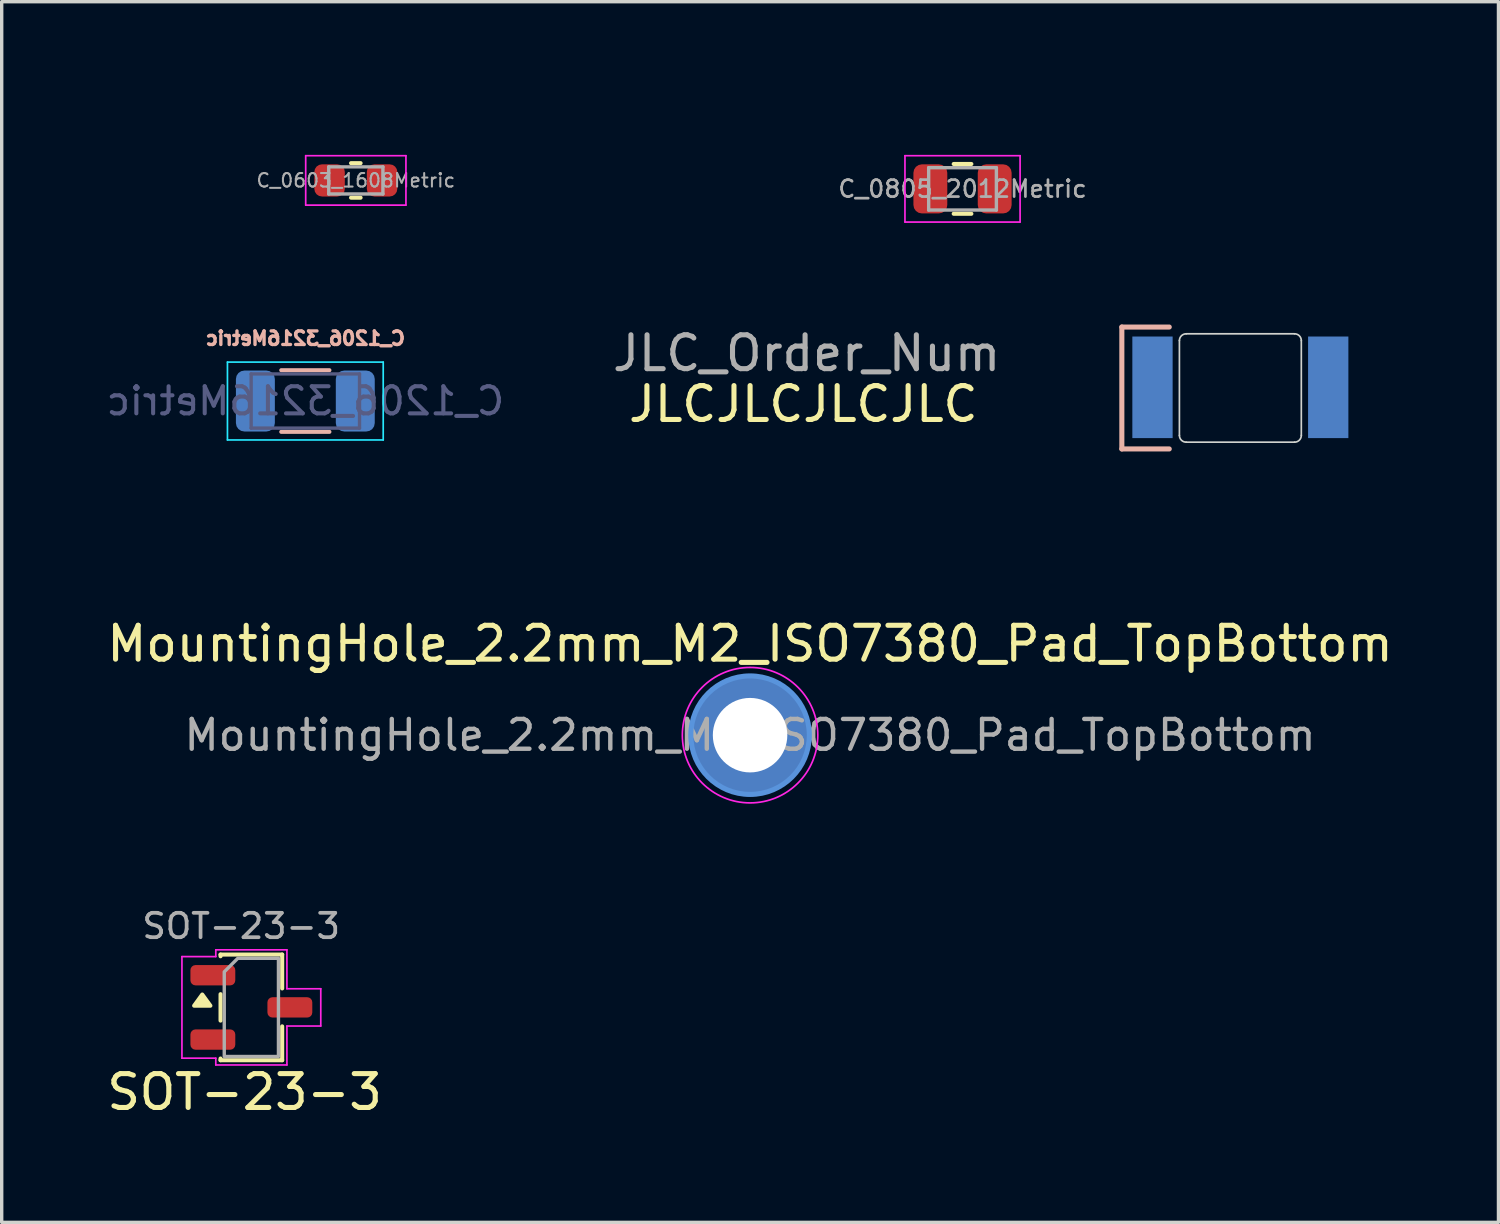
<source format=kicad_pcb>
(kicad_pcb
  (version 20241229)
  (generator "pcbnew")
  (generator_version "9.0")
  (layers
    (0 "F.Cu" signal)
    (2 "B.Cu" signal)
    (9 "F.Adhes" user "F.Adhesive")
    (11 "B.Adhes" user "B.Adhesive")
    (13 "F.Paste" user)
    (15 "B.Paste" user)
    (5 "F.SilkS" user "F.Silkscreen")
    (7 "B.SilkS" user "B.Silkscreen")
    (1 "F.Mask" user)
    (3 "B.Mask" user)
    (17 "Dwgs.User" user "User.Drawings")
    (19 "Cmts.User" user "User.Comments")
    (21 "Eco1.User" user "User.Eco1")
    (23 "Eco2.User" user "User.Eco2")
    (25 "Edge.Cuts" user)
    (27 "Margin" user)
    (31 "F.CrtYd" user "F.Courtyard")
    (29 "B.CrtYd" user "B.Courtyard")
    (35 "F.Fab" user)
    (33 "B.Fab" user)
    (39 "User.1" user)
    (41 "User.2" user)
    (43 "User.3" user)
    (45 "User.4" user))
  (footprint "C_0805_2012Metric"
    (layer "F.Cu")
    (at 25.375 2.528)
    (property "Reference" "C_0805_2012Metric" (at 0 -1.68 0) (layer "User.1") (effects (font (size 1 1) (thickness 0.15))))
    (attr smd)
    (fp_line (start -0.261 -0.735) (end 0.261 -0.735) (stroke (width 0.12) (type solid)) (layer "F.SilkS"))
    (fp_line (start -0.261 0.735) (end 0.261 0.735) (stroke (width 0.12) (type solid)) (layer "F.SilkS"))
    (fp_line (start -1.7 -0.98) (end 1.7 -0.98) (stroke (width 0.05) (type solid)) (layer "F.CrtYd"))
    (fp_line (start -1.7 0.98) (end -1.7 -0.98) (stroke (width 0.05) (type solid)) (layer "F.CrtYd"))
    (fp_line (start 1.7 -0.98) (end 1.7 0.98) (stroke (width 0.05) (type solid)) (layer "F.CrtYd"))
    (fp_line (start 1.7 0.98) (end -1.7 0.98) (stroke (width 0.05) (type solid)) (layer "F.CrtYd"))
    (fp_line (start -1 -0.625) (end 1 -0.625) (stroke (width 0.1) (type solid)) (layer "F.Fab"))
    (fp_line (start -1 0.625) (end -1 -0.625) (stroke (width 0.1) (type solid)) (layer "F.Fab"))
    (fp_line (start 1 -0.625) (end 1 0.625) (stroke (width 0.1) (type solid)) (layer "F.Fab"))
    (fp_line (start 1 0.625) (end -1 0.625) (stroke (width 0.1) (type solid)) (layer "F.Fab"))
    (fp_text user "${REFERENCE}" (at 0 0 0) (layer "F.Fab") (effects (font (size 0.5 0.5) (thickness 0.08))))
    (pad "1" smd roundrect (at -0.95 0) (size 1 1.45) (layers "F.Cu" "F.Mask" "F.Paste") (roundrect_rratio 0.25))
    (pad "2" smd roundrect (at 0.95 0) (size 1 1.45) (layers "F.Cu" "F.Mask" "F.Paste") (roundrect_rratio 0.25)))
  (footprint "JLC_Order_Num"
    (layer "F.Cu")
    (at 20.773 8.982)
    (property "Reference" "JLC_Order_Num" (at 0 -1.6 0) (unlocked yes) (layer "F.Fab") (effects (font (size 1 1) (thickness 0.15))))
    (attr smd)
    (fp_text user "JLCJLCJLCJLC" (at -0.1 -0.1 0) (unlocked yes) (layer "F.SilkS") (effects (font (size 1 1) (thickness 0.15)))))
  (footprint "SOT-23-3"
    (layer "F.Cu")
    (at 4.373 26.7)
    (property "Reference" "SOT-23-3" (at -0.2 2.5 0) (layer "F.SilkS") (effects (font (size 1 1) (thickness 0.15))))
    (attr smd)
    (fp_line (start -0.91 -1.56) (end 0.91 -1.56) (stroke (width 0.12) (type solid)) (layer "F.SilkS"))
    (fp_line (start -0.91 -1.51) (end -0.91 -1.56) (stroke (width 0.12) (type solid)) (layer "F.SilkS"))
    (fp_line (start -0.91 0.39) (end -0.91 -0.39) (stroke (width 0.12) (type solid)) (layer "F.SilkS"))
    (fp_line (start -0.91 1.56) (end -0.91 1.51) (stroke (width 0.12) (type solid)) (layer "F.SilkS"))
    (fp_line (start 0.91 -1.56) (end 0.91 -0.56) (stroke (width 0.12) (type solid)) (layer "F.SilkS"))
    (fp_line (start 0.91 0.56) (end 0.91 1.56) (stroke (width 0.12) (type solid)) (layer "F.SilkS"))
    (fp_line (start 0.91 1.56) (end -0.91 1.56) (stroke (width 0.12) (type solid)) (layer "F.SilkS"))
    (fp_poly (pts (xy -1.45 -0.38) (xy -1.21 -0.05) (xy -1.69 -0.05)) (stroke (width 0.12) (type solid)) (fill yes) (layer "F.SilkS"))
    (fp_line (start -2.05 -1.5) (end -1.05 -1.5) (stroke (width 0.05) (type solid)) (layer "F.CrtYd"))
    (fp_line (start -2.05 1.5) (end -2.05 -1.5) (stroke (width 0.05) (type solid)) (layer "F.CrtYd"))
    (fp_line (start -1.05 -1.7) (end 1.05 -1.7) (stroke (width 0.05) (type solid)) (layer "F.CrtYd"))
    (fp_line (start -1.05 -1.5) (end -1.05 -1.7) (stroke (width 0.05) (type solid)) (layer "F.CrtYd"))
    (fp_line (start -1.05 1.5) (end -2.05 1.5) (stroke (width 0.05) (type solid)) (layer "F.CrtYd"))
    (fp_line (start -1.05 1.7) (end -1.05 1.5) (stroke (width 0.05) (type solid)) (layer "F.CrtYd"))
    (fp_line (start 1.05 -1.7) (end 1.05 -0.55) (stroke (width 0.05) (type solid)) (layer "F.CrtYd"))
    (fp_line (start 1.05 -0.55) (end 2.05 -0.55) (stroke (width 0.05) (type solid)) (layer "F.CrtYd"))
    (fp_line (start 1.05 0.55) (end 1.05 1.7) (stroke (width 0.05) (type solid)) (layer "F.CrtYd"))
    (fp_line (start 1.05 1.7) (end -1.05 1.7) (stroke (width 0.05) (type solid)) (layer "F.CrtYd"))
    (fp_line (start 2.05 -0.55) (end 2.05 0.55) (stroke (width 0.05) (type solid)) (layer "F.CrtYd"))
    (fp_line (start 2.05 0.55) (end 1.05 0.55) (stroke (width 0.05) (type solid)) (layer "F.CrtYd"))
    (fp_poly (pts (xy -0.8 -1.05) (xy -0.8 1.45) (xy 0.8 1.45) (xy 0.8 -1.45) (xy -0.4 -1.45)) (stroke (width 0.1) (type solid)) (fill no) (layer "F.Fab"))
    (fp_text user "${REFERENCE}" (at -0.3 -2.4 180) (layer "F.Fab") (effects (font (size 0.72 0.72) (thickness 0.11))))
    (pad "1" smd roundrect (at -1.137 -0.95) (size 1.325 0.6) (layers "F.Cu" "F.Mask" "F.Paste") (roundrect_rratio 0.25))
    (pad "2" smd roundrect (at -1.137 0.95) (size 1.325 0.6) (layers "F.Cu" "F.Mask" "F.Paste") (roundrect_rratio 0.25))
    (pad "3" smd roundrect (at 1.137 0) (size 1.325 0.6) (layers "F.Cu" "F.Mask" "F.Paste") (roundrect_rratio 0.25)))
  (footprint "LED-6028"
    (layer "F.Cu")
    (at 33.58 8.408)
    (property "Reference" "LED-6028" (at 0 2.9 0) (layer "User.1") (effects (font (size 1 1) (thickness 0.125))))
    (attr smd)
    (fp_line (start -3.5 -1.8) (end -2.1 -1.8) (stroke (width 0.15) (type solid)) (layer "B.SilkS"))
    (fp_line (start -3.5 1.8) (end -3.5 -1.8) (stroke (width 0.15) (type solid)) (layer "B.SilkS"))
    (fp_line (start -3.5 1.8) (end -2.1 1.8) (stroke (width 0.15) (type solid)) (layer "B.SilkS"))
    (fp_line (start -1.8 -1.4) (end -1.8 1.4) (stroke (width 0.05) (type solid)) (layer "Edge.Cuts"))
    (fp_line (start 1.6 -1.6) (end -1.6 -1.6) (stroke (width 0.05) (type solid)) (layer "Edge.Cuts"))
    (fp_line (start 1.6 1.6) (end -1.6 1.6) (stroke (width 0.05) (type solid)) (layer "Edge.Cuts"))
    (fp_line (start 1.8 -1.4) (end 1.8 1.4) (stroke (width 0.05) (type solid)) (layer "Edge.Cuts"))
    (fp_arc (start -1.8 -1.4) (mid -1.741421 -1.541421) (end -1.6 -1.6) (stroke (width 0.05) (type default)) (layer "Edge.Cuts"))
    (fp_arc (start -1.6 1.6) (mid -1.741421 1.541421) (end -1.8 1.4) (stroke (width 0.05) (type default)) (layer "Edge.Cuts"))
    (fp_arc (start 1.6 -1.6) (mid 1.741421 -1.541421) (end 1.8 -1.4) (stroke (width 0.05) (type default)) (layer "Edge.Cuts"))
    (fp_arc (start 1.8 1.4) (mid 1.741421 1.541421) (end 1.6 1.6) (stroke (width 0.05) (type default)) (layer "Edge.Cuts"))
    (pad "1" smd rect (at -2.595 -0.02) (size 1.19 3) (layers "B.Cu" "B.Mask" "B.Paste"))
    (pad "2" smd rect (at 2.595 -0.02) (size 1.19 3) (layers "B.Cu" "B.Mask" "B.Paste")))
  (footprint "MountingHole_2.2mm_M2_ISO7380_Pad_TopBottom"
    (layer "F.Cu")
    (at 19.101 18.661)
    (property "Reference" "MountingHole_2.2mm_M2_ISO7380_Pad_TopBottom" (at 0 -2.7 0) (layer "F.SilkS") (effects (font (size 1 1) (thickness 0.15))))
    (attr exclude_from_pos_files exclude_from_bom)
    (fp_circle (center 0 0) (end 1.75 0) (stroke (width 0.15) (type solid)) (fill no) (layer "Cmts.User"))
    (fp_circle (center 0 0) (end 2 0) (stroke (width 0.05) (type solid)) (fill no) (layer "F.CrtYd"))
    (fp_text user "${REFERENCE}" (at 0 0 0) (layer "F.Fab") (effects (font (size 0.88 0.88) (thickness 0.13))))
    (pad "" thru_hole circle (at 0 0) (size 2.6 2.6) (drill 2.2) (layers "*.Cu" "*.Mask"))
    (pad "1" connect circle (at 0 0) (size 3.5 3.5) (layers "F.Cu" "F.Mask"))
    (pad "1" connect circle (at 0 0) (size 3.5 3.5) (layers "B.Cu" "B.Mask")))
  (footprint "C_1206_3216Metric"
    (layer "F.Cu")
    (at 5.967 8.793)
    (property "Reference" "C_1206_3216Metric" (at 0 -1.85 0) (layer "B.SilkS") (effects (font (size 0.4 0.4) (thickness 0.1)) (justify mirror)))
    (attr smd)
    (fp_line (start 0.711 -0.91) (end -0.711 -0.91) (stroke (width 0.12) (type solid)) (layer "B.SilkS"))
    (fp_line (start 0.711 0.91) (end -0.711 0.91) (stroke (width 0.12) (type solid)) (layer "B.SilkS"))
    (fp_line (start -2.3 -1.15) (end -2.3 1.15) (stroke (width 0.05) (type solid)) (layer "B.CrtYd"))
    (fp_line (start -2.3 1.15) (end 2.3 1.15) (stroke (width 0.05) (type solid)) (layer "B.CrtYd"))
    (fp_line (start 2.3 -1.15) (end -2.3 -1.15) (stroke (width 0.05) (type solid)) (layer "B.CrtYd"))
    (fp_line (start 2.3 1.15) (end 2.3 -1.15) (stroke (width 0.05) (type solid)) (layer "B.CrtYd"))
    (fp_line (start -1.6 -0.8) (end -1.6 0.8) (stroke (width 0.1) (type solid)) (layer "B.Fab"))
    (fp_line (start -1.6 0.8) (end 1.6 0.8) (stroke (width 0.1) (type solid)) (layer "B.Fab"))
    (fp_line (start 1.6 -0.8) (end -1.6 -0.8) (stroke (width 0.1) (type solid)) (layer "B.Fab"))
    (fp_line (start 1.6 0.8) (end 1.6 -0.8) (stroke (width 0.1) (type solid)) (layer "B.Fab"))
    (fp_text user "${REFERENCE}" (at 0 0 0) (layer "B.Fab") (effects (font (size 0.8 0.8) (thickness 0.12)) (justify mirror)))
    (pad "1" smd roundrect (at 1.475 0) (size 1.15 1.8) (layers "B.Cu" "B.Mask" "B.Paste") (roundrect_rratio 0.217))
    (pad "2" smd roundrect (at -1.475 0) (size 1.15 1.8) (layers "B.Cu" "B.Mask" "B.Paste") (roundrect_rratio 0.217)))
  (footprint "C_0603_1608Metric"
    (layer "F.Cu")
    (at 7.458 2.278)
    (property "Reference" "C_0603_1608Metric" (at 0 -1.43 0) (layer "User.1") (effects (font (size 1 1) (thickness 0.15))))
    (attr smd)
    (fp_line (start -0.141 -0.51) (end 0.141 -0.51) (stroke (width 0.12) (type solid)) (layer "F.SilkS"))
    (fp_line (start -0.141 0.51) (end 0.141 0.51) (stroke (width 0.12) (type solid)) (layer "F.SilkS"))
    (fp_line (start -1.48 -0.73) (end 1.48 -0.73) (stroke (width 0.05) (type solid)) (layer "F.CrtYd"))
    (fp_line (start -1.48 0.73) (end -1.48 -0.73) (stroke (width 0.05) (type solid)) (layer "F.CrtYd"))
    (fp_line (start 1.48 -0.73) (end 1.48 0.73) (stroke (width 0.05) (type solid)) (layer "F.CrtYd"))
    (fp_line (start 1.48 0.73) (end -1.48 0.73) (stroke (width 0.05) (type solid)) (layer "F.CrtYd"))
    (fp_line (start -0.8 -0.4) (end 0.8 -0.4) (stroke (width 0.1) (type solid)) (layer "F.Fab"))
    (fp_line (start -0.8 0.4) (end -0.8 -0.4) (stroke (width 0.1) (type solid)) (layer "F.Fab"))
    (fp_line (start 0.8 -0.4) (end 0.8 0.4) (stroke (width 0.1) (type solid)) (layer "F.Fab"))
    (fp_line (start 0.8 0.4) (end -0.8 0.4) (stroke (width 0.1) (type solid)) (layer "F.Fab"))
    (fp_text user "${REFERENCE}" (at 0 0 0) (layer "F.Fab") (effects (font (size 0.4 0.4) (thickness 0.06))))
    (pad "1" smd roundrect (at -0.775 0) (size 0.9 0.95) (layers "F.Cu" "F.Mask" "F.Paste") (roundrect_rratio 0.25))
    (pad "2" smd roundrect (at 0.775 0) (size 0.9 0.95) (layers "F.Cu" "F.Mask" "F.Paste") (roundrect_rratio 0.25)))
  (gr_rect
    (start -3 -3)
    (end 41.202 33.048)
    (stroke (width 0.1) (type default))
    (fill no)
    (layer "Edge.Cuts")))
</source>
